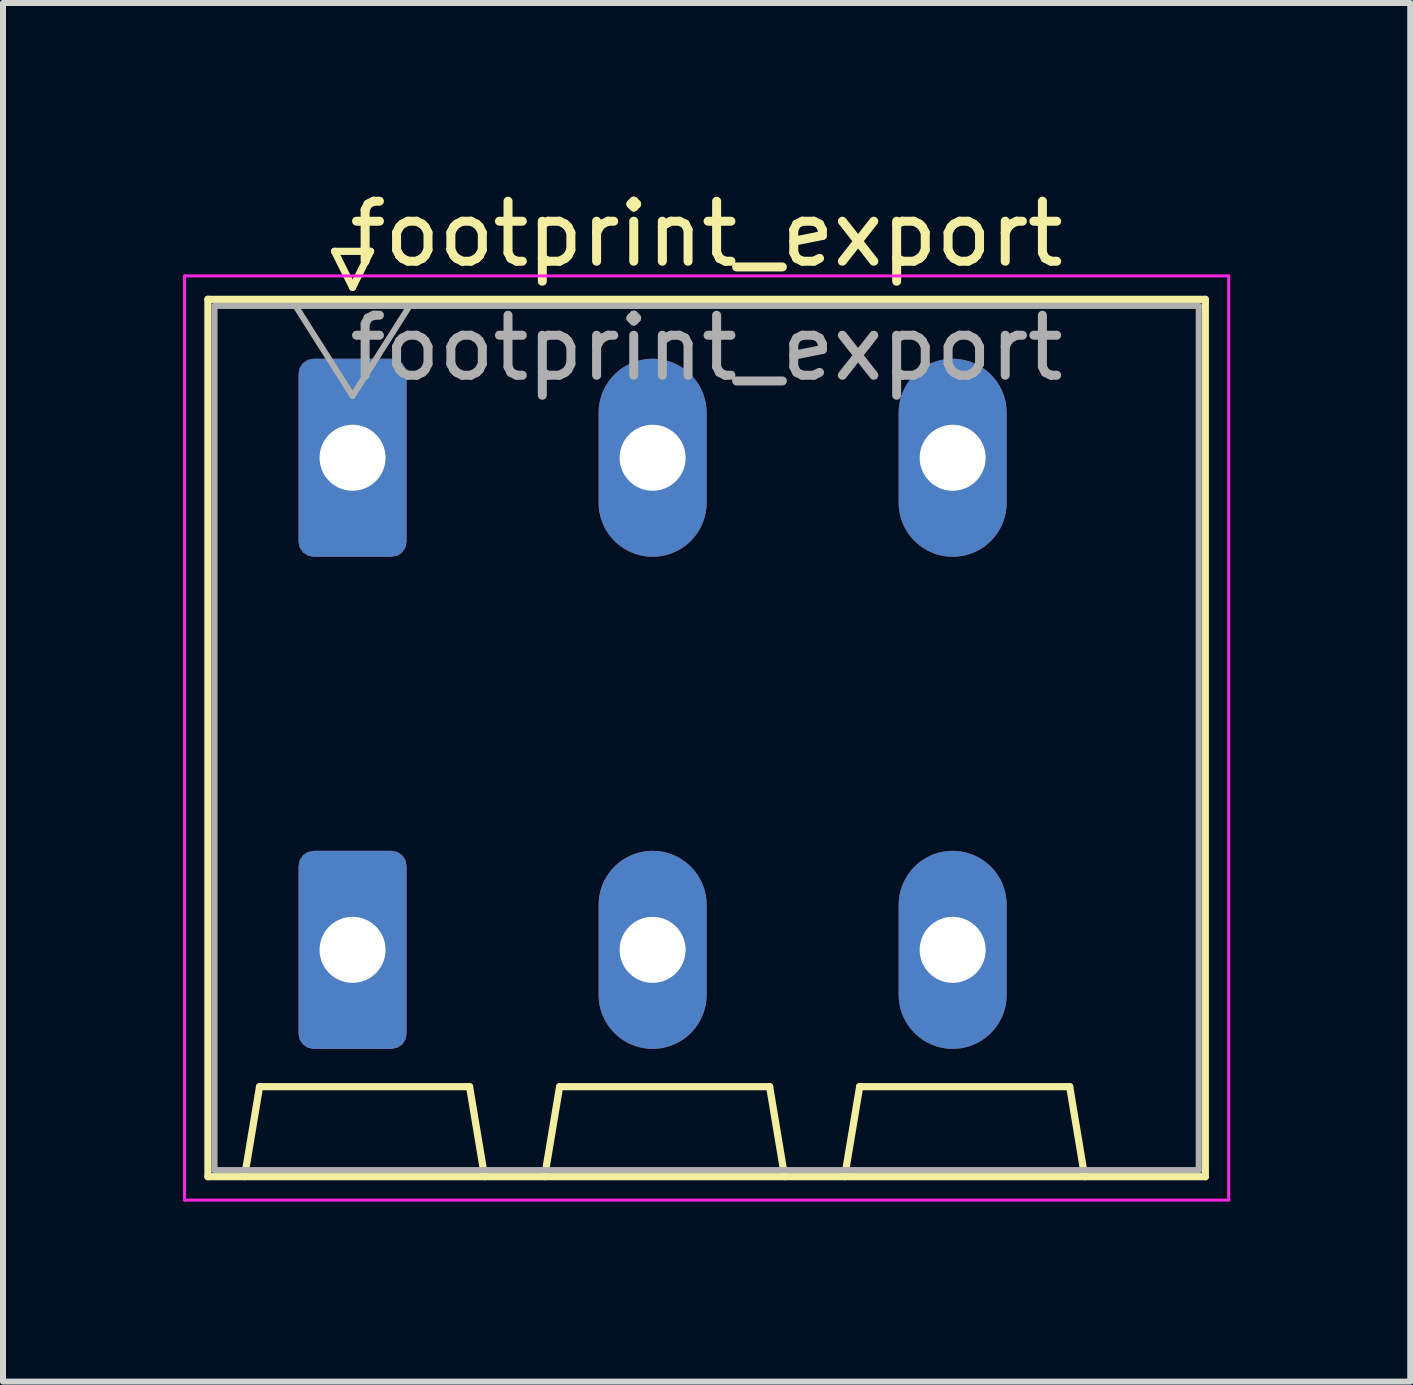
<source format=kicad_pcb>
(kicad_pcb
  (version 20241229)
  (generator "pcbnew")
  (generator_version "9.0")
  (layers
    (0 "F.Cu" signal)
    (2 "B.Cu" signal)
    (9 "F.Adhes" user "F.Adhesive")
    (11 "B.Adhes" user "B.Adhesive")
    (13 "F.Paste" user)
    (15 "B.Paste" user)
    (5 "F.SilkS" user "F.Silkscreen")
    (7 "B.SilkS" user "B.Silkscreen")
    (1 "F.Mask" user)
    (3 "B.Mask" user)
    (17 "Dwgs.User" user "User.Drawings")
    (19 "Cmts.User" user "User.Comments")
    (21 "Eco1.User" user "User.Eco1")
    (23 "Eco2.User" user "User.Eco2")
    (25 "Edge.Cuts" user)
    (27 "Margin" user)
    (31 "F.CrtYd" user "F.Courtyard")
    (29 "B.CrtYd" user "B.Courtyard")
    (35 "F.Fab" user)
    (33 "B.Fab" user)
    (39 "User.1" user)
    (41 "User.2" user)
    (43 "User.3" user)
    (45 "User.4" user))
  (footprint "footprint_export"
    (layer "F.Cu")
    (at 2.825 4.578)
    (property "Reference" "footprint_export" (at 5.9 -3.73 0) (layer "F.SilkS") (effects (font (size 1 1) (thickness 0.15))))
    (attr through_hole)
    (fp_line (start -2.41 -2.64) (end 14.21 -2.64) (stroke (width 0.12) (type solid)) (layer "F.SilkS"))
    (fp_line (start -2.41 11.98) (end -2.41 -2.64) (stroke (width 0.12) (type solid)) (layer "F.SilkS"))
    (fp_line (start -1.8 11.98) (end -1.55 10.48) (stroke (width 0.12) (type solid)) (layer "F.SilkS"))
    (fp_line (start -1.55 10.48) (end 1.95 10.48) (stroke (width 0.12) (type solid)) (layer "F.SilkS"))
    (fp_line (start -0.3 -3.44) (end 0 -2.84) (stroke (width 0.12) (type solid)) (layer "F.SilkS"))
    (fp_line (start -0.3 -3.44) (end 0.3 -3.44) (stroke (width 0.12) (type solid)) (layer "F.SilkS"))
    (fp_line (start 0.3 -3.44) (end 0 -2.84) (stroke (width 0.12) (type solid)) (layer "F.SilkS"))
    (fp_line (start 2.2 11.98) (end 1.95 10.48) (stroke (width 0.12) (type solid)) (layer "F.SilkS"))
    (fp_line (start 3.2 11.98) (end 3.45 10.48) (stroke (width 0.12) (type solid)) (layer "F.SilkS"))
    (fp_line (start 3.45 10.48) (end 6.95 10.48) (stroke (width 0.12) (type solid)) (layer "F.SilkS"))
    (fp_line (start 7.2 11.98) (end 6.95 10.48) (stroke (width 0.12) (type solid)) (layer "F.SilkS"))
    (fp_line (start 8.2 11.98) (end 8.45 10.48) (stroke (width 0.12) (type solid)) (layer "F.SilkS"))
    (fp_line (start 8.45 10.48) (end 11.95 10.48) (stroke (width 0.12) (type solid)) (layer "F.SilkS"))
    (fp_line (start 12.2 11.98) (end 11.95 10.48) (stroke (width 0.12) (type solid)) (layer "F.SilkS"))
    (fp_line (start 14.21 -2.64) (end 14.21 11.98) (stroke (width 0.12) (type solid)) (layer "F.SilkS"))
    (fp_line (start 14.21 11.98) (end -2.41 11.98) (stroke (width 0.12) (type solid)) (layer "F.SilkS"))
    (fp_line (start -2.8 -3.03) (end -2.8 12.37) (stroke (width 0.05) (type solid)) (layer "F.CrtYd"))
    (fp_line (start -2.8 12.37) (end 14.6 12.37) (stroke (width 0.05) (type solid)) (layer "F.CrtYd"))
    (fp_line (start 14.6 -3.03) (end -2.8 -3.03) (stroke (width 0.05) (type solid)) (layer "F.CrtYd"))
    (fp_line (start 14.6 12.37) (end 14.6 -3.03) (stroke (width 0.05) (type solid)) (layer "F.CrtYd"))
    (fp_line (start -2.3 -2.53) (end -2.3 11.87) (stroke (width 0.1) (type solid)) (layer "F.Fab"))
    (fp_line (start -2.3 11.87) (end 14.1 11.87) (stroke (width 0.1) (type solid)) (layer "F.Fab"))
    (fp_line (start -0.95 -2.53) (end 0 -1.03) (stroke (width 0.1) (type solid)) (layer "F.Fab"))
    (fp_line (start 0.95 -2.53) (end 0 -1.03) (stroke (width 0.1) (type solid)) (layer "F.Fab"))
    (fp_line (start 14.1 -2.53) (end -2.3 -2.53) (stroke (width 0.1) (type solid)) (layer "F.Fab"))
    (fp_line (start 14.1 11.87) (end 14.1 -2.53) (stroke (width 0.1) (type solid)) (layer "F.Fab"))
    (fp_text user "${REFERENCE}" (at 5.9 -1.83 0) (layer "F.Fab") (effects (font (size 1 1) (thickness 0.15))))
    (pad "1" thru_hole roundrect (at 0 0) (size 1.8 3.3) (drill 1.1) (layers "*.Cu" "*.Mask") (roundrect_rratio 0.139))
    (pad "1" thru_hole roundrect (at 0 8.2) (size 1.8 3.3) (drill 1.1) (layers "*.Cu" "*.Mask") (roundrect_rratio 0.139))
    (pad "2" thru_hole oval (at 5 0) (size 1.8 3.3) (drill 1.1) (layers "*.Cu" "*.Mask"))
    (pad "2" thru_hole oval (at 5 8.2) (size 1.8 3.3) (drill 1.1) (layers "*.Cu" "*.Mask"))
    (pad "3" thru_hole oval (at 10 0) (size 1.8 3.3) (drill 1.1) (layers "*.Cu" "*.Mask"))
    (pad "3" thru_hole oval (at 10 8.2) (size 1.8 3.3) (drill 1.1) (layers "*.Cu" "*.Mask")))
  (gr_rect
    (start -3 -3)
    (end 20.45 19.973)
    (stroke (width 0.1) (type default))
    (fill no)
    (layer "Edge.Cuts")))
</source>
